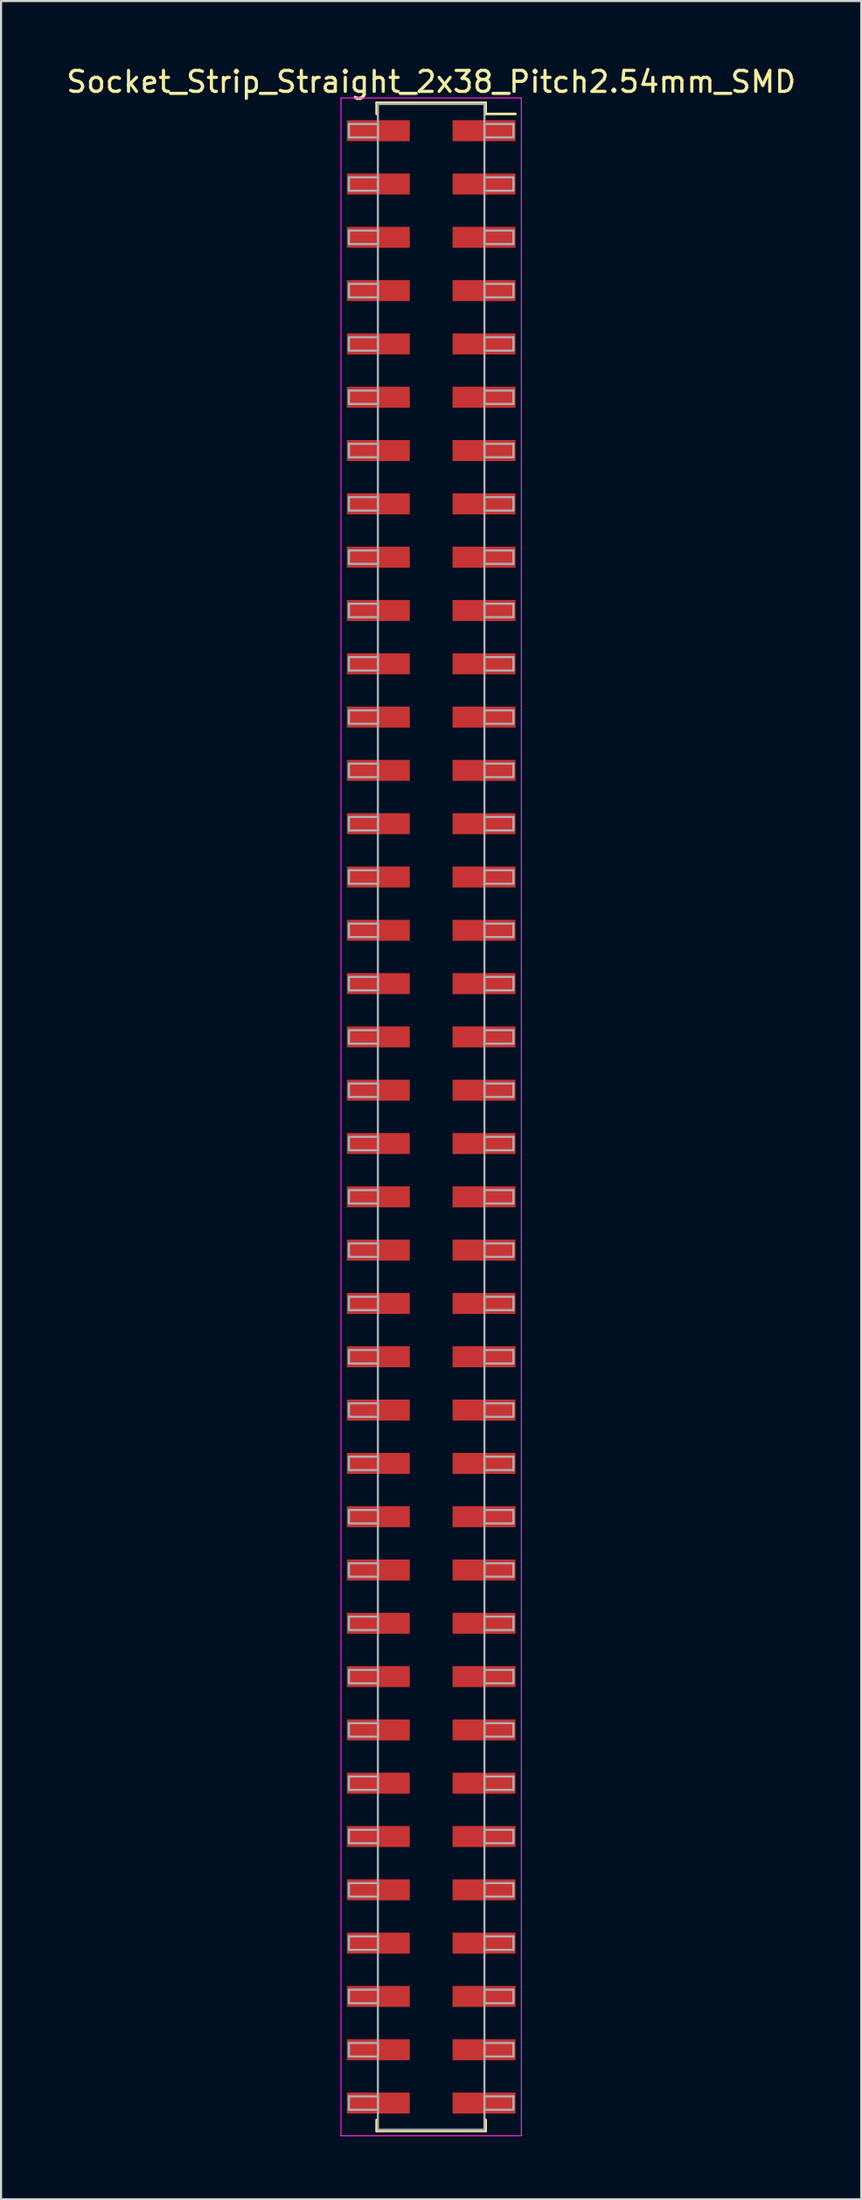
<source format=kicad_pcb>
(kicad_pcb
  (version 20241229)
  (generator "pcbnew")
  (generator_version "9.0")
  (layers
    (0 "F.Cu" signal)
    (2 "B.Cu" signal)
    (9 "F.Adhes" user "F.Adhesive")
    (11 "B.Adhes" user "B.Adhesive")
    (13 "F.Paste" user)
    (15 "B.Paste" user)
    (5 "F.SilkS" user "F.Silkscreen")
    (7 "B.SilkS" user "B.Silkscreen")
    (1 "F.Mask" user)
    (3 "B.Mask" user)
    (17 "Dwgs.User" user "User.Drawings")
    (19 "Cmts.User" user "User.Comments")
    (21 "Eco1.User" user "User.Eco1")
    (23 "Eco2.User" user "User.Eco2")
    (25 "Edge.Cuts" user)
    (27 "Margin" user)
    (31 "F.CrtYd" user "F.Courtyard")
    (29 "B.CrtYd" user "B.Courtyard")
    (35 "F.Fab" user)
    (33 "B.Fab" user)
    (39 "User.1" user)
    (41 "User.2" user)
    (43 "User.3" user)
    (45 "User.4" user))
  (footprint "Socket_Strip_Straight_2x38_Pitch2.54mm_SMD"
    (layer "F.Cu")
    (at 17.506 50.168)
    (property "Reference" "Socket_Strip_Straight_2x38_Pitch2.54mm_SMD" (at 0 -49.32 0) (layer "F.SilkS") (effects (font (size 1 1) (thickness 0.15))))
    (attr smd)
    (fp_line (start -2.6 -48.32) (end 2.6 -48.32) (stroke (width 0.12) (type solid)) (layer "F.SilkS"))
    (fp_line (start -2.6 -47.79) (end -2.6 -48.32) (stroke (width 0.12) (type solid)) (layer "F.SilkS"))
    (fp_line (start -2.6 47.79) (end -2.6 48.32) (stroke (width 0.12) (type solid)) (layer "F.SilkS"))
    (fp_line (start -2.6 48.32) (end 2.6 48.32) (stroke (width 0.12) (type solid)) (layer "F.SilkS"))
    (fp_line (start 2.6 -48.32) (end 2.6 -47.79) (stroke (width 0.12) (type solid)) (layer "F.SilkS"))
    (fp_line (start 2.6 48.32) (end 2.6 47.79) (stroke (width 0.12) (type solid)) (layer "F.SilkS"))
    (fp_line (start 4.02 -47.79) (end 2.6 -47.79) (stroke (width 0.12) (type solid)) (layer "F.SilkS"))
    (fp_line (start -4.3 -48.55) (end -4.3 48.55) (stroke (width 0.05) (type solid)) (layer "F.CrtYd"))
    (fp_line (start -4.3 48.55) (end 4.3 48.55) (stroke (width 0.05) (type solid)) (layer "F.CrtYd"))
    (fp_line (start 4.3 -48.55) (end -4.3 -48.55) (stroke (width 0.05) (type solid)) (layer "F.CrtYd"))
    (fp_line (start 4.3 48.55) (end 4.3 -48.55) (stroke (width 0.05) (type solid)) (layer "F.CrtYd"))
    (fp_line (start -3.92 -47.31) (end -2.54 -47.31) (stroke (width 0.1) (type solid)) (layer "F.Fab"))
    (fp_line (start -3.92 -46.67) (end -3.92 -47.31) (stroke (width 0.1) (type solid)) (layer "F.Fab"))
    (fp_line (start -3.92 -44.77) (end -2.54 -44.77) (stroke (width 0.1) (type solid)) (layer "F.Fab"))
    (fp_line (start -3.92 -44.13) (end -3.92 -44.77) (stroke (width 0.1) (type solid)) (layer "F.Fab"))
    (fp_line (start -3.92 -42.23) (end -2.54 -42.23) (stroke (width 0.1) (type solid)) (layer "F.Fab"))
    (fp_line (start -3.92 -41.59) (end -3.92 -42.23) (stroke (width 0.1) (type solid)) (layer "F.Fab"))
    (fp_line (start -3.92 -39.69) (end -2.54 -39.69) (stroke (width 0.1) (type solid)) (layer "F.Fab"))
    (fp_line (start -3.92 -39.05) (end -3.92 -39.69) (stroke (width 0.1) (type solid)) (layer "F.Fab"))
    (fp_line (start -3.92 -37.15) (end -2.54 -37.15) (stroke (width 0.1) (type solid)) (layer "F.Fab"))
    (fp_line (start -3.92 -36.51) (end -3.92 -37.15) (stroke (width 0.1) (type solid)) (layer "F.Fab"))
    (fp_line (start -3.92 -34.61) (end -2.54 -34.61) (stroke (width 0.1) (type solid)) (layer "F.Fab"))
    (fp_line (start -3.92 -33.97) (end -3.92 -34.61) (stroke (width 0.1) (type solid)) (layer "F.Fab"))
    (fp_line (start -3.92 -32.07) (end -2.54 -32.07) (stroke (width 0.1) (type solid)) (layer "F.Fab"))
    (fp_line (start -3.92 -31.43) (end -3.92 -32.07) (stroke (width 0.1) (type solid)) (layer "F.Fab"))
    (fp_line (start -3.92 -29.53) (end -2.54 -29.53) (stroke (width 0.1) (type solid)) (layer "F.Fab"))
    (fp_line (start -3.92 -28.89) (end -3.92 -29.53) (stroke (width 0.1) (type solid)) (layer "F.Fab"))
    (fp_line (start -3.92 -26.99) (end -2.54 -26.99) (stroke (width 0.1) (type solid)) (layer "F.Fab"))
    (fp_line (start -3.92 -26.35) (end -3.92 -26.99) (stroke (width 0.1) (type solid)) (layer "F.Fab"))
    (fp_line (start -3.92 -24.45) (end -2.54 -24.45) (stroke (width 0.1) (type solid)) (layer "F.Fab"))
    (fp_line (start -3.92 -23.81) (end -3.92 -24.45) (stroke (width 0.1) (type solid)) (layer "F.Fab"))
    (fp_line (start -3.92 -21.91) (end -2.54 -21.91) (stroke (width 0.1) (type solid)) (layer "F.Fab"))
    (fp_line (start -3.92 -21.27) (end -3.92 -21.91) (stroke (width 0.1) (type solid)) (layer "F.Fab"))
    (fp_line (start -3.92 -19.37) (end -2.54 -19.37) (stroke (width 0.1) (type solid)) (layer "F.Fab"))
    (fp_line (start -3.92 -18.73) (end -3.92 -19.37) (stroke (width 0.1) (type solid)) (layer "F.Fab"))
    (fp_line (start -3.92 -16.83) (end -2.54 -16.83) (stroke (width 0.1) (type solid)) (layer "F.Fab"))
    (fp_line (start -3.92 -16.19) (end -3.92 -16.83) (stroke (width 0.1) (type solid)) (layer "F.Fab"))
    (fp_line (start -3.92 -14.29) (end -2.54 -14.29) (stroke (width 0.1) (type solid)) (layer "F.Fab"))
    (fp_line (start -3.92 -13.65) (end -3.92 -14.29) (stroke (width 0.1) (type solid)) (layer "F.Fab"))
    (fp_line (start -3.92 -11.75) (end -2.54 -11.75) (stroke (width 0.1) (type solid)) (layer "F.Fab"))
    (fp_line (start -3.92 -11.11) (end -3.92 -11.75) (stroke (width 0.1) (type solid)) (layer "F.Fab"))
    (fp_line (start -3.92 -9.21) (end -2.54 -9.21) (stroke (width 0.1) (type solid)) (layer "F.Fab"))
    (fp_line (start -3.92 -8.57) (end -3.92 -9.21) (stroke (width 0.1) (type solid)) (layer "F.Fab"))
    (fp_line (start -3.92 -6.67) (end -2.54 -6.67) (stroke (width 0.1) (type solid)) (layer "F.Fab"))
    (fp_line (start -3.92 -6.03) (end -3.92 -6.67) (stroke (width 0.1) (type solid)) (layer "F.Fab"))
    (fp_line (start -3.92 -4.13) (end -2.54 -4.13) (stroke (width 0.1) (type solid)) (layer "F.Fab"))
    (fp_line (start -3.92 -3.49) (end -3.92 -4.13) (stroke (width 0.1) (type solid)) (layer "F.Fab"))
    (fp_line (start -3.92 -1.59) (end -2.54 -1.59) (stroke (width 0.1) (type solid)) (layer "F.Fab"))
    (fp_line (start -3.92 -0.95) (end -3.92 -1.59) (stroke (width 0.1) (type solid)) (layer "F.Fab"))
    (fp_line (start -3.92 0.95) (end -2.54 0.95) (stroke (width 0.1) (type solid)) (layer "F.Fab"))
    (fp_line (start -3.92 1.59) (end -3.92 0.95) (stroke (width 0.1) (type solid)) (layer "F.Fab"))
    (fp_line (start -3.92 3.49) (end -2.54 3.49) (stroke (width 0.1) (type solid)) (layer "F.Fab"))
    (fp_line (start -3.92 4.13) (end -3.92 3.49) (stroke (width 0.1) (type solid)) (layer "F.Fab"))
    (fp_line (start -3.92 6.03) (end -2.54 6.03) (stroke (width 0.1) (type solid)) (layer "F.Fab"))
    (fp_line (start -3.92 6.67) (end -3.92 6.03) (stroke (width 0.1) (type solid)) (layer "F.Fab"))
    (fp_line (start -3.92 8.57) (end -2.54 8.57) (stroke (width 0.1) (type solid)) (layer "F.Fab"))
    (fp_line (start -3.92 9.21) (end -3.92 8.57) (stroke (width 0.1) (type solid)) (layer "F.Fab"))
    (fp_line (start -3.92 11.11) (end -2.54 11.11) (stroke (width 0.1) (type solid)) (layer "F.Fab"))
    (fp_line (start -3.92 11.75) (end -3.92 11.11) (stroke (width 0.1) (type solid)) (layer "F.Fab"))
    (fp_line (start -3.92 13.65) (end -2.54 13.65) (stroke (width 0.1) (type solid)) (layer "F.Fab"))
    (fp_line (start -3.92 14.29) (end -3.92 13.65) (stroke (width 0.1) (type solid)) (layer "F.Fab"))
    (fp_line (start -3.92 16.19) (end -2.54 16.19) (stroke (width 0.1) (type solid)) (layer "F.Fab"))
    (fp_line (start -3.92 16.83) (end -3.92 16.19) (stroke (width 0.1) (type solid)) (layer "F.Fab"))
    (fp_line (start -3.92 18.73) (end -2.54 18.73) (stroke (width 0.1) (type solid)) (layer "F.Fab"))
    (fp_line (start -3.92 19.37) (end -3.92 18.73) (stroke (width 0.1) (type solid)) (layer "F.Fab"))
    (fp_line (start -3.92 21.27) (end -2.54 21.27) (stroke (width 0.1) (type solid)) (layer "F.Fab"))
    (fp_line (start -3.92 21.91) (end -3.92 21.27) (stroke (width 0.1) (type solid)) (layer "F.Fab"))
    (fp_line (start -3.92 23.81) (end -2.54 23.81) (stroke (width 0.1) (type solid)) (layer "F.Fab"))
    (fp_line (start -3.92 24.45) (end -3.92 23.81) (stroke (width 0.1) (type solid)) (layer "F.Fab"))
    (fp_line (start -3.92 26.35) (end -2.54 26.35) (stroke (width 0.1) (type solid)) (layer "F.Fab"))
    (fp_line (start -3.92 26.99) (end -3.92 26.35) (stroke (width 0.1) (type solid)) (layer "F.Fab"))
    (fp_line (start -3.92 28.89) (end -2.54 28.89) (stroke (width 0.1) (type solid)) (layer "F.Fab"))
    (fp_line (start -3.92 29.53) (end -3.92 28.89) (stroke (width 0.1) (type solid)) (layer "F.Fab"))
    (fp_line (start -3.92 31.43) (end -2.54 31.43) (stroke (width 0.1) (type solid)) (layer "F.Fab"))
    (fp_line (start -3.92 32.07) (end -3.92 31.43) (stroke (width 0.1) (type solid)) (layer "F.Fab"))
    (fp_line (start -3.92 33.97) (end -2.54 33.97) (stroke (width 0.1) (type solid)) (layer "F.Fab"))
    (fp_line (start -3.92 34.61) (end -3.92 33.97) (stroke (width 0.1) (type solid)) (layer "F.Fab"))
    (fp_line (start -3.92 36.51) (end -2.54 36.51) (stroke (width 0.1) (type solid)) (layer "F.Fab"))
    (fp_line (start -3.92 37.15) (end -3.92 36.51) (stroke (width 0.1) (type solid)) (layer "F.Fab"))
    (fp_line (start -3.92 39.05) (end -2.54 39.05) (stroke (width 0.1) (type solid)) (layer "F.Fab"))
    (fp_line (start -3.92 39.69) (end -3.92 39.05) (stroke (width 0.1) (type solid)) (layer "F.Fab"))
    (fp_line (start -3.92 41.59) (end -2.54 41.59) (stroke (width 0.1) (type solid)) (layer "F.Fab"))
    (fp_line (start -3.92 42.23) (end -3.92 41.59) (stroke (width 0.1) (type solid)) (layer "F.Fab"))
    (fp_line (start -3.92 44.13) (end -2.54 44.13) (stroke (width 0.1) (type solid)) (layer "F.Fab"))
    (fp_line (start -3.92 44.77) (end -3.92 44.13) (stroke (width 0.1) (type solid)) (layer "F.Fab"))
    (fp_line (start -3.92 46.67) (end -2.54 46.67) (stroke (width 0.1) (type solid)) (layer "F.Fab"))
    (fp_line (start -3.92 47.31) (end -3.92 46.67) (stroke (width 0.1) (type solid)) (layer "F.Fab"))
    (fp_line (start -2.54 -48.26) (end -2.54 48.26) (stroke (width 0.1) (type solid)) (layer "F.Fab"))
    (fp_line (start -2.54 -47.31) (end -2.54 -46.67) (stroke (width 0.1) (type solid)) (layer "F.Fab"))
    (fp_line (start -2.54 -46.67) (end -3.92 -46.67) (stroke (width 0.1) (type solid)) (layer "F.Fab"))
    (fp_line (start -2.54 -44.77) (end -2.54 -44.13) (stroke (width 0.1) (type solid)) (layer "F.Fab"))
    (fp_line (start -2.54 -44.13) (end -3.92 -44.13) (stroke (width 0.1) (type solid)) (layer "F.Fab"))
    (fp_line (start -2.54 -42.23) (end -2.54 -41.59) (stroke (width 0.1) (type solid)) (layer "F.Fab"))
    (fp_line (start -2.54 -41.59) (end -3.92 -41.59) (stroke (width 0.1) (type solid)) (layer "F.Fab"))
    (fp_line (start -2.54 -39.69) (end -2.54 -39.05) (stroke (width 0.1) (type solid)) (layer "F.Fab"))
    (fp_line (start -2.54 -39.05) (end -3.92 -39.05) (stroke (width 0.1) (type solid)) (layer "F.Fab"))
    (fp_line (start -2.54 -37.15) (end -2.54 -36.51) (stroke (width 0.1) (type solid)) (layer "F.Fab"))
    (fp_line (start -2.54 -36.51) (end -3.92 -36.51) (stroke (width 0.1) (type solid)) (layer "F.Fab"))
    (fp_line (start -2.54 -34.61) (end -2.54 -33.97) (stroke (width 0.1) (type solid)) (layer "F.Fab"))
    (fp_line (start -2.54 -33.97) (end -3.92 -33.97) (stroke (width 0.1) (type solid)) (layer "F.Fab"))
    (fp_line (start -2.54 -32.07) (end -2.54 -31.43) (stroke (width 0.1) (type solid)) (layer "F.Fab"))
    (fp_line (start -2.54 -31.43) (end -3.92 -31.43) (stroke (width 0.1) (type solid)) (layer "F.Fab"))
    (fp_line (start -2.54 -29.53) (end -2.54 -28.89) (stroke (width 0.1) (type solid)) (layer "F.Fab"))
    (fp_line (start -2.54 -28.89) (end -3.92 -28.89) (stroke (width 0.1) (type solid)) (layer "F.Fab"))
    (fp_line (start -2.54 -26.99) (end -2.54 -26.35) (stroke (width 0.1) (type solid)) (layer "F.Fab"))
    (fp_line (start -2.54 -26.35) (end -3.92 -26.35) (stroke (width 0.1) (type solid)) (layer "F.Fab"))
    (fp_line (start -2.54 -24.45) (end -2.54 -23.81) (stroke (width 0.1) (type solid)) (layer "F.Fab"))
    (fp_line (start -2.54 -23.81) (end -3.92 -23.81) (stroke (width 0.1) (type solid)) (layer "F.Fab"))
    (fp_line (start -2.54 -21.91) (end -2.54 -21.27) (stroke (width 0.1) (type solid)) (layer "F.Fab"))
    (fp_line (start -2.54 -21.27) (end -3.92 -21.27) (stroke (width 0.1) (type solid)) (layer "F.Fab"))
    (fp_line (start -2.54 -19.37) (end -2.54 -18.73) (stroke (width 0.1) (type solid)) (layer "F.Fab"))
    (fp_line (start -2.54 -18.73) (end -3.92 -18.73) (stroke (width 0.1) (type solid)) (layer "F.Fab"))
    (fp_line (start -2.54 -16.83) (end -2.54 -16.19) (stroke (width 0.1) (type solid)) (layer "F.Fab"))
    (fp_line (start -2.54 -16.19) (end -3.92 -16.19) (stroke (width 0.1) (type solid)) (layer "F.Fab"))
    (fp_line (start -2.54 -14.29) (end -2.54 -13.65) (stroke (width 0.1) (type solid)) (layer "F.Fab"))
    (fp_line (start -2.54 -13.65) (end -3.92 -13.65) (stroke (width 0.1) (type solid)) (layer "F.Fab"))
    (fp_line (start -2.54 -11.75) (end -2.54 -11.11) (stroke (width 0.1) (type solid)) (layer "F.Fab"))
    (fp_line (start -2.54 -11.11) (end -3.92 -11.11) (stroke (width 0.1) (type solid)) (layer "F.Fab"))
    (fp_line (start -2.54 -9.21) (end -2.54 -8.57) (stroke (width 0.1) (type solid)) (layer "F.Fab"))
    (fp_line (start -2.54 -8.57) (end -3.92 -8.57) (stroke (width 0.1) (type solid)) (layer "F.Fab"))
    (fp_line (start -2.54 -6.67) (end -2.54 -6.03) (stroke (width 0.1) (type solid)) (layer "F.Fab"))
    (fp_line (start -2.54 -6.03) (end -3.92 -6.03) (stroke (width 0.1) (type solid)) (layer "F.Fab"))
    (fp_line (start -2.54 -4.13) (end -2.54 -3.49) (stroke (width 0.1) (type solid)) (layer "F.Fab"))
    (fp_line (start -2.54 -3.49) (end -3.92 -3.49) (stroke (width 0.1) (type solid)) (layer "F.Fab"))
    (fp_line (start -2.54 -1.59) (end -2.54 -0.95) (stroke (width 0.1) (type solid)) (layer "F.Fab"))
    (fp_line (start -2.54 -0.95) (end -3.92 -0.95) (stroke (width 0.1) (type solid)) (layer "F.Fab"))
    (fp_line (start -2.54 0.95) (end -2.54 1.59) (stroke (width 0.1) (type solid)) (layer "F.Fab"))
    (fp_line (start -2.54 1.59) (end -3.92 1.59) (stroke (width 0.1) (type solid)) (layer "F.Fab"))
    (fp_line (start -2.54 3.49) (end -2.54 4.13) (stroke (width 0.1) (type solid)) (layer "F.Fab"))
    (fp_line (start -2.54 4.13) (end -3.92 4.13) (stroke (width 0.1) (type solid)) (layer "F.Fab"))
    (fp_line (start -2.54 6.03) (end -2.54 6.67) (stroke (width 0.1) (type solid)) (layer "F.Fab"))
    (fp_line (start -2.54 6.67) (end -3.92 6.67) (stroke (width 0.1) (type solid)) (layer "F.Fab"))
    (fp_line (start -2.54 8.57) (end -2.54 9.21) (stroke (width 0.1) (type solid)) (layer "F.Fab"))
    (fp_line (start -2.54 9.21) (end -3.92 9.21) (stroke (width 0.1) (type solid)) (layer "F.Fab"))
    (fp_line (start -2.54 11.11) (end -2.54 11.75) (stroke (width 0.1) (type solid)) (layer "F.Fab"))
    (fp_line (start -2.54 11.75) (end -3.92 11.75) (stroke (width 0.1) (type solid)) (layer "F.Fab"))
    (fp_line (start -2.54 13.65) (end -2.54 14.29) (stroke (width 0.1) (type solid)) (layer "F.Fab"))
    (fp_line (start -2.54 14.29) (end -3.92 14.29) (stroke (width 0.1) (type solid)) (layer "F.Fab"))
    (fp_line (start -2.54 16.19) (end -2.54 16.83) (stroke (width 0.1) (type solid)) (layer "F.Fab"))
    (fp_line (start -2.54 16.83) (end -3.92 16.83) (stroke (width 0.1) (type solid)) (layer "F.Fab"))
    (fp_line (start -2.54 18.73) (end -2.54 19.37) (stroke (width 0.1) (type solid)) (layer "F.Fab"))
    (fp_line (start -2.54 19.37) (end -3.92 19.37) (stroke (width 0.1) (type solid)) (layer "F.Fab"))
    (fp_line (start -2.54 21.27) (end -2.54 21.91) (stroke (width 0.1) (type solid)) (layer "F.Fab"))
    (fp_line (start -2.54 21.91) (end -3.92 21.91) (stroke (width 0.1) (type solid)) (layer "F.Fab"))
    (fp_line (start -2.54 23.81) (end -2.54 24.45) (stroke (width 0.1) (type solid)) (layer "F.Fab"))
    (fp_line (start -2.54 24.45) (end -3.92 24.45) (stroke (width 0.1) (type solid)) (layer "F.Fab"))
    (fp_line (start -2.54 26.35) (end -2.54 26.99) (stroke (width 0.1) (type solid)) (layer "F.Fab"))
    (fp_line (start -2.54 26.99) (end -3.92 26.99) (stroke (width 0.1) (type solid)) (layer "F.Fab"))
    (fp_line (start -2.54 28.89) (end -2.54 29.53) (stroke (width 0.1) (type solid)) (layer "F.Fab"))
    (fp_line (start -2.54 29.53) (end -3.92 29.53) (stroke (width 0.1) (type solid)) (layer "F.Fab"))
    (fp_line (start -2.54 31.43) (end -2.54 32.07) (stroke (width 0.1) (type solid)) (layer "F.Fab"))
    (fp_line (start -2.54 32.07) (end -3.92 32.07) (stroke (width 0.1) (type solid)) (layer "F.Fab"))
    (fp_line (start -2.54 33.97) (end -2.54 34.61) (stroke (width 0.1) (type solid)) (layer "F.Fab"))
    (fp_line (start -2.54 34.61) (end -3.92 34.61) (stroke (width 0.1) (type solid)) (layer "F.Fab"))
    (fp_line (start -2.54 36.51) (end -2.54 37.15) (stroke (width 0.1) (type solid)) (layer "F.Fab"))
    (fp_line (start -2.54 37.15) (end -3.92 37.15) (stroke (width 0.1) (type solid)) (layer "F.Fab"))
    (fp_line (start -2.54 39.05) (end -2.54 39.69) (stroke (width 0.1) (type solid)) (layer "F.Fab"))
    (fp_line (start -2.54 39.69) (end -3.92 39.69) (stroke (width 0.1) (type solid)) (layer "F.Fab"))
    (fp_line (start -2.54 41.59) (end -2.54 42.23) (stroke (width 0.1) (type solid)) (layer "F.Fab"))
    (fp_line (start -2.54 42.23) (end -3.92 42.23) (stroke (width 0.1) (type solid)) (layer "F.Fab"))
    (fp_line (start -2.54 44.13) (end -2.54 44.77) (stroke (width 0.1) (type solid)) (layer "F.Fab"))
    (fp_line (start -2.54 44.77) (end -3.92 44.77) (stroke (width 0.1) (type solid)) (layer "F.Fab"))
    (fp_line (start -2.54 46.67) (end -2.54 47.31) (stroke (width 0.1) (type solid)) (layer "F.Fab"))
    (fp_line (start -2.54 47.31) (end -3.92 47.31) (stroke (width 0.1) (type solid)) (layer "F.Fab"))
    (fp_line (start -2.54 48.26) (end 2.54 48.26) (stroke (width 0.1) (type solid)) (layer "F.Fab"))
    (fp_line (start 2.54 -48.26) (end -2.54 -48.26) (stroke (width 0.1) (type solid)) (layer "F.Fab"))
    (fp_line (start 2.54 -47.31) (end 2.54 -46.67) (stroke (width 0.1) (type solid)) (layer "F.Fab"))
    (fp_line (start 2.54 -46.67) (end 3.92 -46.67) (stroke (width 0.1) (type solid)) (layer "F.Fab"))
    (fp_line (start 2.54 -44.77) (end 2.54 -44.13) (stroke (width 0.1) (type solid)) (layer "F.Fab"))
    (fp_line (start 2.54 -44.13) (end 3.92 -44.13) (stroke (width 0.1) (type solid)) (layer "F.Fab"))
    (fp_line (start 2.54 -42.23) (end 2.54 -41.59) (stroke (width 0.1) (type solid)) (layer "F.Fab"))
    (fp_line (start 2.54 -41.59) (end 3.92 -41.59) (stroke (width 0.1) (type solid)) (layer "F.Fab"))
    (fp_line (start 2.54 -39.69) (end 2.54 -39.05) (stroke (width 0.1) (type solid)) (layer "F.Fab"))
    (fp_line (start 2.54 -39.05) (end 3.92 -39.05) (stroke (width 0.1) (type solid)) (layer "F.Fab"))
    (fp_line (start 2.54 -37.15) (end 2.54 -36.51) (stroke (width 0.1) (type solid)) (layer "F.Fab"))
    (fp_line (start 2.54 -36.51) (end 3.92 -36.51) (stroke (width 0.1) (type solid)) (layer "F.Fab"))
    (fp_line (start 2.54 -34.61) (end 2.54 -33.97) (stroke (width 0.1) (type solid)) (layer "F.Fab"))
    (fp_line (start 2.54 -33.97) (end 3.92 -33.97) (stroke (width 0.1) (type solid)) (layer "F.Fab"))
    (fp_line (start 2.54 -32.07) (end 2.54 -31.43) (stroke (width 0.1) (type solid)) (layer "F.Fab"))
    (fp_line (start 2.54 -31.43) (end 3.92 -31.43) (stroke (width 0.1) (type solid)) (layer "F.Fab"))
    (fp_line (start 2.54 -29.53) (end 2.54 -28.89) (stroke (width 0.1) (type solid)) (layer "F.Fab"))
    (fp_line (start 2.54 -28.89) (end 3.92 -28.89) (stroke (width 0.1) (type solid)) (layer "F.Fab"))
    (fp_line (start 2.54 -26.99) (end 2.54 -26.35) (stroke (width 0.1) (type solid)) (layer "F.Fab"))
    (fp_line (start 2.54 -26.35) (end 3.92 -26.35) (stroke (width 0.1) (type solid)) (layer "F.Fab"))
    (fp_line (start 2.54 -24.45) (end 2.54 -23.81) (stroke (width 0.1) (type solid)) (layer "F.Fab"))
    (fp_line (start 2.54 -23.81) (end 3.92 -23.81) (stroke (width 0.1) (type solid)) (layer "F.Fab"))
    (fp_line (start 2.54 -21.91) (end 2.54 -21.27) (stroke (width 0.1) (type solid)) (layer "F.Fab"))
    (fp_line (start 2.54 -21.27) (end 3.92 -21.27) (stroke (width 0.1) (type solid)) (layer "F.Fab"))
    (fp_line (start 2.54 -19.37) (end 2.54 -18.73) (stroke (width 0.1) (type solid)) (layer "F.Fab"))
    (fp_line (start 2.54 -18.73) (end 3.92 -18.73) (stroke (width 0.1) (type solid)) (layer "F.Fab"))
    (fp_line (start 2.54 -16.83) (end 2.54 -16.19) (stroke (width 0.1) (type solid)) (layer "F.Fab"))
    (fp_line (start 2.54 -16.19) (end 3.92 -16.19) (stroke (width 0.1) (type solid)) (layer "F.Fab"))
    (fp_line (start 2.54 -14.29) (end 2.54 -13.65) (stroke (width 0.1) (type solid)) (layer "F.Fab"))
    (fp_line (start 2.54 -13.65) (end 3.92 -13.65) (stroke (width 0.1) (type solid)) (layer "F.Fab"))
    (fp_line (start 2.54 -11.75) (end 2.54 -11.11) (stroke (width 0.1) (type solid)) (layer "F.Fab"))
    (fp_line (start 2.54 -11.11) (end 3.92 -11.11) (stroke (width 0.1) (type solid)) (layer "F.Fab"))
    (fp_line (start 2.54 -9.21) (end 2.54 -8.57) (stroke (width 0.1) (type solid)) (layer "F.Fab"))
    (fp_line (start 2.54 -8.57) (end 3.92 -8.57) (stroke (width 0.1) (type solid)) (layer "F.Fab"))
    (fp_line (start 2.54 -6.67) (end 2.54 -6.03) (stroke (width 0.1) (type solid)) (layer "F.Fab"))
    (fp_line (start 2.54 -6.03) (end 3.92 -6.03) (stroke (width 0.1) (type solid)) (layer "F.Fab"))
    (fp_line (start 2.54 -4.13) (end 2.54 -3.49) (stroke (width 0.1) (type solid)) (layer "F.Fab"))
    (fp_line (start 2.54 -3.49) (end 3.92 -3.49) (stroke (width 0.1) (type solid)) (layer "F.Fab"))
    (fp_line (start 2.54 -1.59) (end 2.54 -0.95) (stroke (width 0.1) (type solid)) (layer "F.Fab"))
    (fp_line (start 2.54 -0.95) (end 3.92 -0.95) (stroke (width 0.1) (type solid)) (layer "F.Fab"))
    (fp_line (start 2.54 0.95) (end 2.54 1.59) (stroke (width 0.1) (type solid)) (layer "F.Fab"))
    (fp_line (start 2.54 1.59) (end 3.92 1.59) (stroke (width 0.1) (type solid)) (layer "F.Fab"))
    (fp_line (start 2.54 3.49) (end 2.54 4.13) (stroke (width 0.1) (type solid)) (layer "F.Fab"))
    (fp_line (start 2.54 4.13) (end 3.92 4.13) (stroke (width 0.1) (type solid)) (layer "F.Fab"))
    (fp_line (start 2.54 6.03) (end 2.54 6.67) (stroke (width 0.1) (type solid)) (layer "F.Fab"))
    (fp_line (start 2.54 6.67) (end 3.92 6.67) (stroke (width 0.1) (type solid)) (layer "F.Fab"))
    (fp_line (start 2.54 8.57) (end 2.54 9.21) (stroke (width 0.1) (type solid)) (layer "F.Fab"))
    (fp_line (start 2.54 9.21) (end 3.92 9.21) (stroke (width 0.1) (type solid)) (layer "F.Fab"))
    (fp_line (start 2.54 11.11) (end 2.54 11.75) (stroke (width 0.1) (type solid)) (layer "F.Fab"))
    (fp_line (start 2.54 11.75) (end 3.92 11.75) (stroke (width 0.1) (type solid)) (layer "F.Fab"))
    (fp_line (start 2.54 13.65) (end 2.54 14.29) (stroke (width 0.1) (type solid)) (layer "F.Fab"))
    (fp_line (start 2.54 14.29) (end 3.92 14.29) (stroke (width 0.1) (type solid)) (layer "F.Fab"))
    (fp_line (start 2.54 16.19) (end 2.54 16.83) (stroke (width 0.1) (type solid)) (layer "F.Fab"))
    (fp_line (start 2.54 16.83) (end 3.92 16.83) (stroke (width 0.1) (type solid)) (layer "F.Fab"))
    (fp_line (start 2.54 18.73) (end 2.54 19.37) (stroke (width 0.1) (type solid)) (layer "F.Fab"))
    (fp_line (start 2.54 19.37) (end 3.92 19.37) (stroke (width 0.1) (type solid)) (layer "F.Fab"))
    (fp_line (start 2.54 21.27) (end 2.54 21.91) (stroke (width 0.1) (type solid)) (layer "F.Fab"))
    (fp_line (start 2.54 21.91) (end 3.92 21.91) (stroke (width 0.1) (type solid)) (layer "F.Fab"))
    (fp_line (start 2.54 23.81) (end 2.54 24.45) (stroke (width 0.1) (type solid)) (layer "F.Fab"))
    (fp_line (start 2.54 24.45) (end 3.92 24.45) (stroke (width 0.1) (type solid)) (layer "F.Fab"))
    (fp_line (start 2.54 26.35) (end 2.54 26.99) (stroke (width 0.1) (type solid)) (layer "F.Fab"))
    (fp_line (start 2.54 26.99) (end 3.92 26.99) (stroke (width 0.1) (type solid)) (layer "F.Fab"))
    (fp_line (start 2.54 28.89) (end 2.54 29.53) (stroke (width 0.1) (type solid)) (layer "F.Fab"))
    (fp_line (start 2.54 29.53) (end 3.92 29.53) (stroke (width 0.1) (type solid)) (layer "F.Fab"))
    (fp_line (start 2.54 31.43) (end 2.54 32.07) (stroke (width 0.1) (type solid)) (layer "F.Fab"))
    (fp_line (start 2.54 32.07) (end 3.92 32.07) (stroke (width 0.1) (type solid)) (layer "F.Fab"))
    (fp_line (start 2.54 33.97) (end 2.54 34.61) (stroke (width 0.1) (type solid)) (layer "F.Fab"))
    (fp_line (start 2.54 34.61) (end 3.92 34.61) (stroke (width 0.1) (type solid)) (layer "F.Fab"))
    (fp_line (start 2.54 36.51) (end 2.54 37.15) (stroke (width 0.1) (type solid)) (layer "F.Fab"))
    (fp_line (start 2.54 37.15) (end 3.92 37.15) (stroke (width 0.1) (type solid)) (layer "F.Fab"))
    (fp_line (start 2.54 39.05) (end 2.54 39.69) (stroke (width 0.1) (type solid)) (layer "F.Fab"))
    (fp_line (start 2.54 39.69) (end 3.92 39.69) (stroke (width 0.1) (type solid)) (layer "F.Fab"))
    (fp_line (start 2.54 41.59) (end 2.54 42.23) (stroke (width 0.1) (type solid)) (layer "F.Fab"))
    (fp_line (start 2.54 42.23) (end 3.92 42.23) (stroke (width 0.1) (type solid)) (layer "F.Fab"))
    (fp_line (start 2.54 44.13) (end 2.54 44.77) (stroke (width 0.1) (type solid)) (layer "F.Fab"))
    (fp_line (start 2.54 44.77) (end 3.92 44.77) (stroke (width 0.1) (type solid)) (layer "F.Fab"))
    (fp_line (start 2.54 46.67) (end 2.54 47.31) (stroke (width 0.1) (type solid)) (layer "F.Fab"))
    (fp_line (start 2.54 47.31) (end 3.92 47.31) (stroke (width 0.1) (type solid)) (layer "F.Fab"))
    (fp_line (start 2.54 48.26) (end 2.54 -48.26) (stroke (width 0.1) (type solid)) (layer "F.Fab"))
    (fp_line (start 3.92 -47.31) (end 2.54 -47.31) (stroke (width 0.1) (type solid)) (layer "F.Fab"))
    (fp_line (start 3.92 -46.67) (end 3.92 -47.31) (stroke (width 0.1) (type solid)) (layer "F.Fab"))
    (fp_line (start 3.92 -44.77) (end 2.54 -44.77) (stroke (width 0.1) (type solid)) (layer "F.Fab"))
    (fp_line (start 3.92 -44.13) (end 3.92 -44.77) (stroke (width 0.1) (type solid)) (layer "F.Fab"))
    (fp_line (start 3.92 -42.23) (end 2.54 -42.23) (stroke (width 0.1) (type solid)) (layer "F.Fab"))
    (fp_line (start 3.92 -41.59) (end 3.92 -42.23) (stroke (width 0.1) (type solid)) (layer "F.Fab"))
    (fp_line (start 3.92 -39.69) (end 2.54 -39.69) (stroke (width 0.1) (type solid)) (layer "F.Fab"))
    (fp_line (start 3.92 -39.05) (end 3.92 -39.69) (stroke (width 0.1) (type solid)) (layer "F.Fab"))
    (fp_line (start 3.92 -37.15) (end 2.54 -37.15) (stroke (width 0.1) (type solid)) (layer "F.Fab"))
    (fp_line (start 3.92 -36.51) (end 3.92 -37.15) (stroke (width 0.1) (type solid)) (layer "F.Fab"))
    (fp_line (start 3.92 -34.61) (end 2.54 -34.61) (stroke (width 0.1) (type solid)) (layer "F.Fab"))
    (fp_line (start 3.92 -33.97) (end 3.92 -34.61) (stroke (width 0.1) (type solid)) (layer "F.Fab"))
    (fp_line (start 3.92 -32.07) (end 2.54 -32.07) (stroke (width 0.1) (type solid)) (layer "F.Fab"))
    (fp_line (start 3.92 -31.43) (end 3.92 -32.07) (stroke (width 0.1) (type solid)) (layer "F.Fab"))
    (fp_line (start 3.92 -29.53) (end 2.54 -29.53) (stroke (width 0.1) (type solid)) (layer "F.Fab"))
    (fp_line (start 3.92 -28.89) (end 3.92 -29.53) (stroke (width 0.1) (type solid)) (layer "F.Fab"))
    (fp_line (start 3.92 -26.99) (end 2.54 -26.99) (stroke (width 0.1) (type solid)) (layer "F.Fab"))
    (fp_line (start 3.92 -26.35) (end 3.92 -26.99) (stroke (width 0.1) (type solid)) (layer "F.Fab"))
    (fp_line (start 3.92 -24.45) (end 2.54 -24.45) (stroke (width 0.1) (type solid)) (layer "F.Fab"))
    (fp_line (start 3.92 -23.81) (end 3.92 -24.45) (stroke (width 0.1) (type solid)) (layer "F.Fab"))
    (fp_line (start 3.92 -21.91) (end 2.54 -21.91) (stroke (width 0.1) (type solid)) (layer "F.Fab"))
    (fp_line (start 3.92 -21.27) (end 3.92 -21.91) (stroke (width 0.1) (type solid)) (layer "F.Fab"))
    (fp_line (start 3.92 -19.37) (end 2.54 -19.37) (stroke (width 0.1) (type solid)) (layer "F.Fab"))
    (fp_line (start 3.92 -18.73) (end 3.92 -19.37) (stroke (width 0.1) (type solid)) (layer "F.Fab"))
    (fp_line (start 3.92 -16.83) (end 2.54 -16.83) (stroke (width 0.1) (type solid)) (layer "F.Fab"))
    (fp_line (start 3.92 -16.19) (end 3.92 -16.83) (stroke (width 0.1) (type solid)) (layer "F.Fab"))
    (fp_line (start 3.92 -14.29) (end 2.54 -14.29) (stroke (width 0.1) (type solid)) (layer "F.Fab"))
    (fp_line (start 3.92 -13.65) (end 3.92 -14.29) (stroke (width 0.1) (type solid)) (layer "F.Fab"))
    (fp_line (start 3.92 -11.75) (end 2.54 -11.75) (stroke (width 0.1) (type solid)) (layer "F.Fab"))
    (fp_line (start 3.92 -11.11) (end 3.92 -11.75) (stroke (width 0.1) (type solid)) (layer "F.Fab"))
    (fp_line (start 3.92 -9.21) (end 2.54 -9.21) (stroke (width 0.1) (type solid)) (layer "F.Fab"))
    (fp_line (start 3.92 -8.57) (end 3.92 -9.21) (stroke (width 0.1) (type solid)) (layer "F.Fab"))
    (fp_line (start 3.92 -6.67) (end 2.54 -6.67) (stroke (width 0.1) (type solid)) (layer "F.Fab"))
    (fp_line (start 3.92 -6.03) (end 3.92 -6.67) (stroke (width 0.1) (type solid)) (layer "F.Fab"))
    (fp_line (start 3.92 -4.13) (end 2.54 -4.13) (stroke (width 0.1) (type solid)) (layer "F.Fab"))
    (fp_line (start 3.92 -3.49) (end 3.92 -4.13) (stroke (width 0.1) (type solid)) (layer "F.Fab"))
    (fp_line (start 3.92 -1.59) (end 2.54 -1.59) (stroke (width 0.1) (type solid)) (layer "F.Fab"))
    (fp_line (start 3.92 -0.95) (end 3.92 -1.59) (stroke (width 0.1) (type solid)) (layer "F.Fab"))
    (fp_line (start 3.92 0.95) (end 2.54 0.95) (stroke (width 0.1) (type solid)) (layer "F.Fab"))
    (fp_line (start 3.92 1.59) (end 3.92 0.95) (stroke (width 0.1) (type solid)) (layer "F.Fab"))
    (fp_line (start 3.92 3.49) (end 2.54 3.49) (stroke (width 0.1) (type solid)) (layer "F.Fab"))
    (fp_line (start 3.92 4.13) (end 3.92 3.49) (stroke (width 0.1) (type solid)) (layer "F.Fab"))
    (fp_line (start 3.92 6.03) (end 2.54 6.03) (stroke (width 0.1) (type solid)) (layer "F.Fab"))
    (fp_line (start 3.92 6.67) (end 3.92 6.03) (stroke (width 0.1) (type solid)) (layer "F.Fab"))
    (fp_line (start 3.92 8.57) (end 2.54 8.57) (stroke (width 0.1) (type solid)) (layer "F.Fab"))
    (fp_line (start 3.92 9.21) (end 3.92 8.57) (stroke (width 0.1) (type solid)) (layer "F.Fab"))
    (fp_line (start 3.92 11.11) (end 2.54 11.11) (stroke (width 0.1) (type solid)) (layer "F.Fab"))
    (fp_line (start 3.92 11.75) (end 3.92 11.11) (stroke (width 0.1) (type solid)) (layer "F.Fab"))
    (fp_line (start 3.92 13.65) (end 2.54 13.65) (stroke (width 0.1) (type solid)) (layer "F.Fab"))
    (fp_line (start 3.92 14.29) (end 3.92 13.65) (stroke (width 0.1) (type solid)) (layer "F.Fab"))
    (fp_line (start 3.92 16.19) (end 2.54 16.19) (stroke (width 0.1) (type solid)) (layer "F.Fab"))
    (fp_line (start 3.92 16.83) (end 3.92 16.19) (stroke (width 0.1) (type solid)) (layer "F.Fab"))
    (fp_line (start 3.92 18.73) (end 2.54 18.73) (stroke (width 0.1) (type solid)) (layer "F.Fab"))
    (fp_line (start 3.92 19.37) (end 3.92 18.73) (stroke (width 0.1) (type solid)) (layer "F.Fab"))
    (fp_line (start 3.92 21.27) (end 2.54 21.27) (stroke (width 0.1) (type solid)) (layer "F.Fab"))
    (fp_line (start 3.92 21.91) (end 3.92 21.27) (stroke (width 0.1) (type solid)) (layer "F.Fab"))
    (fp_line (start 3.92 23.81) (end 2.54 23.81) (stroke (width 0.1) (type solid)) (layer "F.Fab"))
    (fp_line (start 3.92 24.45) (end 3.92 23.81) (stroke (width 0.1) (type solid)) (layer "F.Fab"))
    (fp_line (start 3.92 26.35) (end 2.54 26.35) (stroke (width 0.1) (type solid)) (layer "F.Fab"))
    (fp_line (start 3.92 26.99) (end 3.92 26.35) (stroke (width 0.1) (type solid)) (layer "F.Fab"))
    (fp_line (start 3.92 28.89) (end 2.54 28.89) (stroke (width 0.1) (type solid)) (layer "F.Fab"))
    (fp_line (start 3.92 29.53) (end 3.92 28.89) (stroke (width 0.1) (type solid)) (layer "F.Fab"))
    (fp_line (start 3.92 31.43) (end 2.54 31.43) (stroke (width 0.1) (type solid)) (layer "F.Fab"))
    (fp_line (start 3.92 32.07) (end 3.92 31.43) (stroke (width 0.1) (type solid)) (layer "F.Fab"))
    (fp_line (start 3.92 33.97) (end 2.54 33.97) (stroke (width 0.1) (type solid)) (layer "F.Fab"))
    (fp_line (start 3.92 34.61) (end 3.92 33.97) (stroke (width 0.1) (type solid)) (layer "F.Fab"))
    (fp_line (start 3.92 36.51) (end 2.54 36.51) (stroke (width 0.1) (type solid)) (layer "F.Fab"))
    (fp_line (start 3.92 37.15) (end 3.92 36.51) (stroke (width 0.1) (type solid)) (layer "F.Fab"))
    (fp_line (start 3.92 39.05) (end 2.54 39.05) (stroke (width 0.1) (type solid)) (layer "F.Fab"))
    (fp_line (start 3.92 39.69) (end 3.92 39.05) (stroke (width 0.1) (type solid)) (layer "F.Fab"))
    (fp_line (start 3.92 41.59) (end 2.54 41.59) (stroke (width 0.1) (type solid)) (layer "F.Fab"))
    (fp_line (start 3.92 42.23) (end 3.92 41.59) (stroke (width 0.1) (type solid)) (layer "F.Fab"))
    (fp_line (start 3.92 44.13) (end 2.54 44.13) (stroke (width 0.1) (type solid)) (layer "F.Fab"))
    (fp_line (start 3.92 44.77) (end 3.92 44.13) (stroke (width 0.1) (type solid)) (layer "F.Fab"))
    (fp_line (start 3.92 46.67) (end 2.54 46.67) (stroke (width 0.1) (type solid)) (layer "F.Fab"))
    (fp_line (start 3.92 47.31) (end 3.92 46.67) (stroke (width 0.1) (type solid)) (layer "F.Fab"))
    (pad "1" smd rect (at 2.52 -46.99) (size 3 1) (layers "F.Cu" "F.Mask"))
    (pad "2" smd rect (at -2.52 -46.99) (size 3 1) (layers "F.Cu" "F.Mask"))
    (pad "3" smd rect (at 2.52 -44.45) (size 3 1) (layers "F.Cu" "F.Mask"))
    (pad "4" smd rect (at -2.52 -44.45) (size 3 1) (layers "F.Cu" "F.Mask"))
    (pad "5" smd rect (at 2.52 -41.91) (size 3 1) (layers "F.Cu" "F.Mask"))
    (pad "6" smd rect (at -2.52 -41.91) (size 3 1) (layers "F.Cu" "F.Mask"))
    (pad "7" smd rect (at 2.52 -39.37) (size 3 1) (layers "F.Cu" "F.Mask"))
    (pad "8" smd rect (at -2.52 -39.37) (size 3 1) (layers "F.Cu" "F.Mask"))
    (pad "9" smd rect (at 2.52 -36.83) (size 3 1) (layers "F.Cu" "F.Mask"))
    (pad "10" smd rect (at -2.52 -36.83) (size 3 1) (layers "F.Cu" "F.Mask"))
    (pad "11" smd rect (at 2.52 -34.29) (size 3 1) (layers "F.Cu" "F.Mask"))
    (pad "12" smd rect (at -2.52 -34.29) (size 3 1) (layers "F.Cu" "F.Mask"))
    (pad "13" smd rect (at 2.52 -31.75) (size 3 1) (layers "F.Cu" "F.Mask"))
    (pad "14" smd rect (at -2.52 -31.75) (size 3 1) (layers "F.Cu" "F.Mask"))
    (pad "15" smd rect (at 2.52 -29.21) (size 3 1) (layers "F.Cu" "F.Mask"))
    (pad "16" smd rect (at -2.52 -29.21) (size 3 1) (layers "F.Cu" "F.Mask"))
    (pad "17" smd rect (at 2.52 -26.67) (size 3 1) (layers "F.Cu" "F.Mask"))
    (pad "18" smd rect (at -2.52 -26.67) (size 3 1) (layers "F.Cu" "F.Mask"))
    (pad "19" smd rect (at 2.52 -24.13) (size 3 1) (layers "F.Cu" "F.Mask"))
    (pad "20" smd rect (at -2.52 -24.13) (size 3 1) (layers "F.Cu" "F.Mask"))
    (pad "21" smd rect (at 2.52 -21.59) (size 3 1) (layers "F.Cu" "F.Mask"))
    (pad "22" smd rect (at -2.52 -21.59) (size 3 1) (layers "F.Cu" "F.Mask"))
    (pad "23" smd rect (at 2.52 -19.05) (size 3 1) (layers "F.Cu" "F.Mask"))
    (pad "24" smd rect (at -2.52 -19.05) (size 3 1) (layers "F.Cu" "F.Mask"))
    (pad "25" smd rect (at 2.52 -16.51) (size 3 1) (layers "F.Cu" "F.Mask"))
    (pad "26" smd rect (at -2.52 -16.51) (size 3 1) (layers "F.Cu" "F.Mask"))
    (pad "27" smd rect (at 2.52 -13.97) (size 3 1) (layers "F.Cu" "F.Mask"))
    (pad "28" smd rect (at -2.52 -13.97) (size 3 1) (layers "F.Cu" "F.Mask"))
    (pad "29" smd rect (at 2.52 -11.43) (size 3 1) (layers "F.Cu" "F.Mask"))
    (pad "30" smd rect (at -2.52 -11.43) (size 3 1) (layers "F.Cu" "F.Mask"))
    (pad "31" smd rect (at 2.52 -8.89) (size 3 1) (layers "F.Cu" "F.Mask"))
    (pad "32" smd rect (at -2.52 -8.89) (size 3 1) (layers "F.Cu" "F.Mask"))
    (pad "33" smd rect (at 2.52 -6.35) (size 3 1) (layers "F.Cu" "F.Mask"))
    (pad "34" smd rect (at -2.52 -6.35) (size 3 1) (layers "F.Cu" "F.Mask"))
    (pad "35" smd rect (at 2.52 -3.81) (size 3 1) (layers "F.Cu" "F.Mask"))
    (pad "36" smd rect (at -2.52 -3.81) (size 3 1) (layers "F.Cu" "F.Mask"))
    (pad "37" smd rect (at 2.52 -1.27) (size 3 1) (layers "F.Cu" "F.Mask"))
    (pad "38" smd rect (at -2.52 -1.27) (size 3 1) (layers "F.Cu" "F.Mask"))
    (pad "39" smd rect (at 2.52 1.27) (size 3 1) (layers "F.Cu" "F.Mask"))
    (pad "40" smd rect (at -2.52 1.27) (size 3 1) (layers "F.Cu" "F.Mask"))
    (pad "41" smd rect (at 2.52 3.81) (size 3 1) (layers "F.Cu" "F.Mask"))
    (pad "42" smd rect (at -2.52 3.81) (size 3 1) (layers "F.Cu" "F.Mask"))
    (pad "43" smd rect (at 2.52 6.35) (size 3 1) (layers "F.Cu" "F.Mask"))
    (pad "44" smd rect (at -2.52 6.35) (size 3 1) (layers "F.Cu" "F.Mask"))
    (pad "45" smd rect (at 2.52 8.89) (size 3 1) (layers "F.Cu" "F.Mask"))
    (pad "46" smd rect (at -2.52 8.89) (size 3 1) (layers "F.Cu" "F.Mask"))
    (pad "47" smd rect (at 2.52 11.43) (size 3 1) (layers "F.Cu" "F.Mask"))
    (pad "48" smd rect (at -2.52 11.43) (size 3 1) (layers "F.Cu" "F.Mask"))
    (pad "49" smd rect (at 2.52 13.97) (size 3 1) (layers "F.Cu" "F.Mask"))
    (pad "50" smd rect (at -2.52 13.97) (size 3 1) (layers "F.Cu" "F.Mask"))
    (pad "51" smd rect (at 2.52 16.51) (size 3 1) (layers "F.Cu" "F.Mask"))
    (pad "52" smd rect (at -2.52 16.51) (size 3 1) (layers "F.Cu" "F.Mask"))
    (pad "53" smd rect (at 2.52 19.05) (size 3 1) (layers "F.Cu" "F.Mask"))
    (pad "54" smd rect (at -2.52 19.05) (size 3 1) (layers "F.Cu" "F.Mask"))
    (pad "55" smd rect (at 2.52 21.59) (size 3 1) (layers "F.Cu" "F.Mask"))
    (pad "56" smd rect (at -2.52 21.59) (size 3 1) (layers "F.Cu" "F.Mask"))
    (pad "57" smd rect (at 2.52 24.13) (size 3 1) (layers "F.Cu" "F.Mask"))
    (pad "58" smd rect (at -2.52 24.13) (size 3 1) (layers "F.Cu" "F.Mask"))
    (pad "59" smd rect (at 2.52 26.67) (size 3 1) (layers "F.Cu" "F.Mask"))
    (pad "60" smd rect (at -2.52 26.67) (size 3 1) (layers "F.Cu" "F.Mask"))
    (pad "61" smd rect (at 2.52 29.21) (size 3 1) (layers "F.Cu" "F.Mask"))
    (pad "62" smd rect (at -2.52 29.21) (size 3 1) (layers "F.Cu" "F.Mask"))
    (pad "63" smd rect (at 2.52 31.75) (size 3 1) (layers "F.Cu" "F.Mask"))
    (pad "64" smd rect (at -2.52 31.75) (size 3 1) (layers "F.Cu" "F.Mask"))
    (pad "65" smd rect (at 2.52 34.29) (size 3 1) (layers "F.Cu" "F.Mask"))
    (pad "66" smd rect (at -2.52 34.29) (size 3 1) (layers "F.Cu" "F.Mask"))
    (pad "67" smd rect (at 2.52 36.83) (size 3 1) (layers "F.Cu" "F.Mask"))
    (pad "68" smd rect (at -2.52 36.83) (size 3 1) (layers "F.Cu" "F.Mask"))
    (pad "69" smd rect (at 2.52 39.37) (size 3 1) (layers "F.Cu" "F.Mask"))
    (pad "70" smd rect (at -2.52 39.37) (size 3 1) (layers "F.Cu" "F.Mask"))
    (pad "71" smd rect (at 2.52 41.91) (size 3 1) (layers "F.Cu" "F.Mask"))
    (pad "72" smd rect (at -2.52 41.91) (size 3 1) (layers "F.Cu" "F.Mask"))
    (pad "73" smd rect (at 2.52 44.45) (size 3 1) (layers "F.Cu" "F.Mask"))
    (pad "74" smd rect (at -2.52 44.45) (size 3 1) (layers "F.Cu" "F.Mask"))
    (pad "75" smd rect (at 2.52 46.99) (size 3 1) (layers "F.Cu" "F.Mask"))
    (pad "76" smd rect (at -2.52 46.99) (size 3 1) (layers "F.Cu" "F.Mask")))
  (gr_rect
    (start -3 -3)
    (end 38.012 101.743)
    (stroke (width 0.1) (type default))
    (fill no)
    (layer "Edge.Cuts")))
</source>
